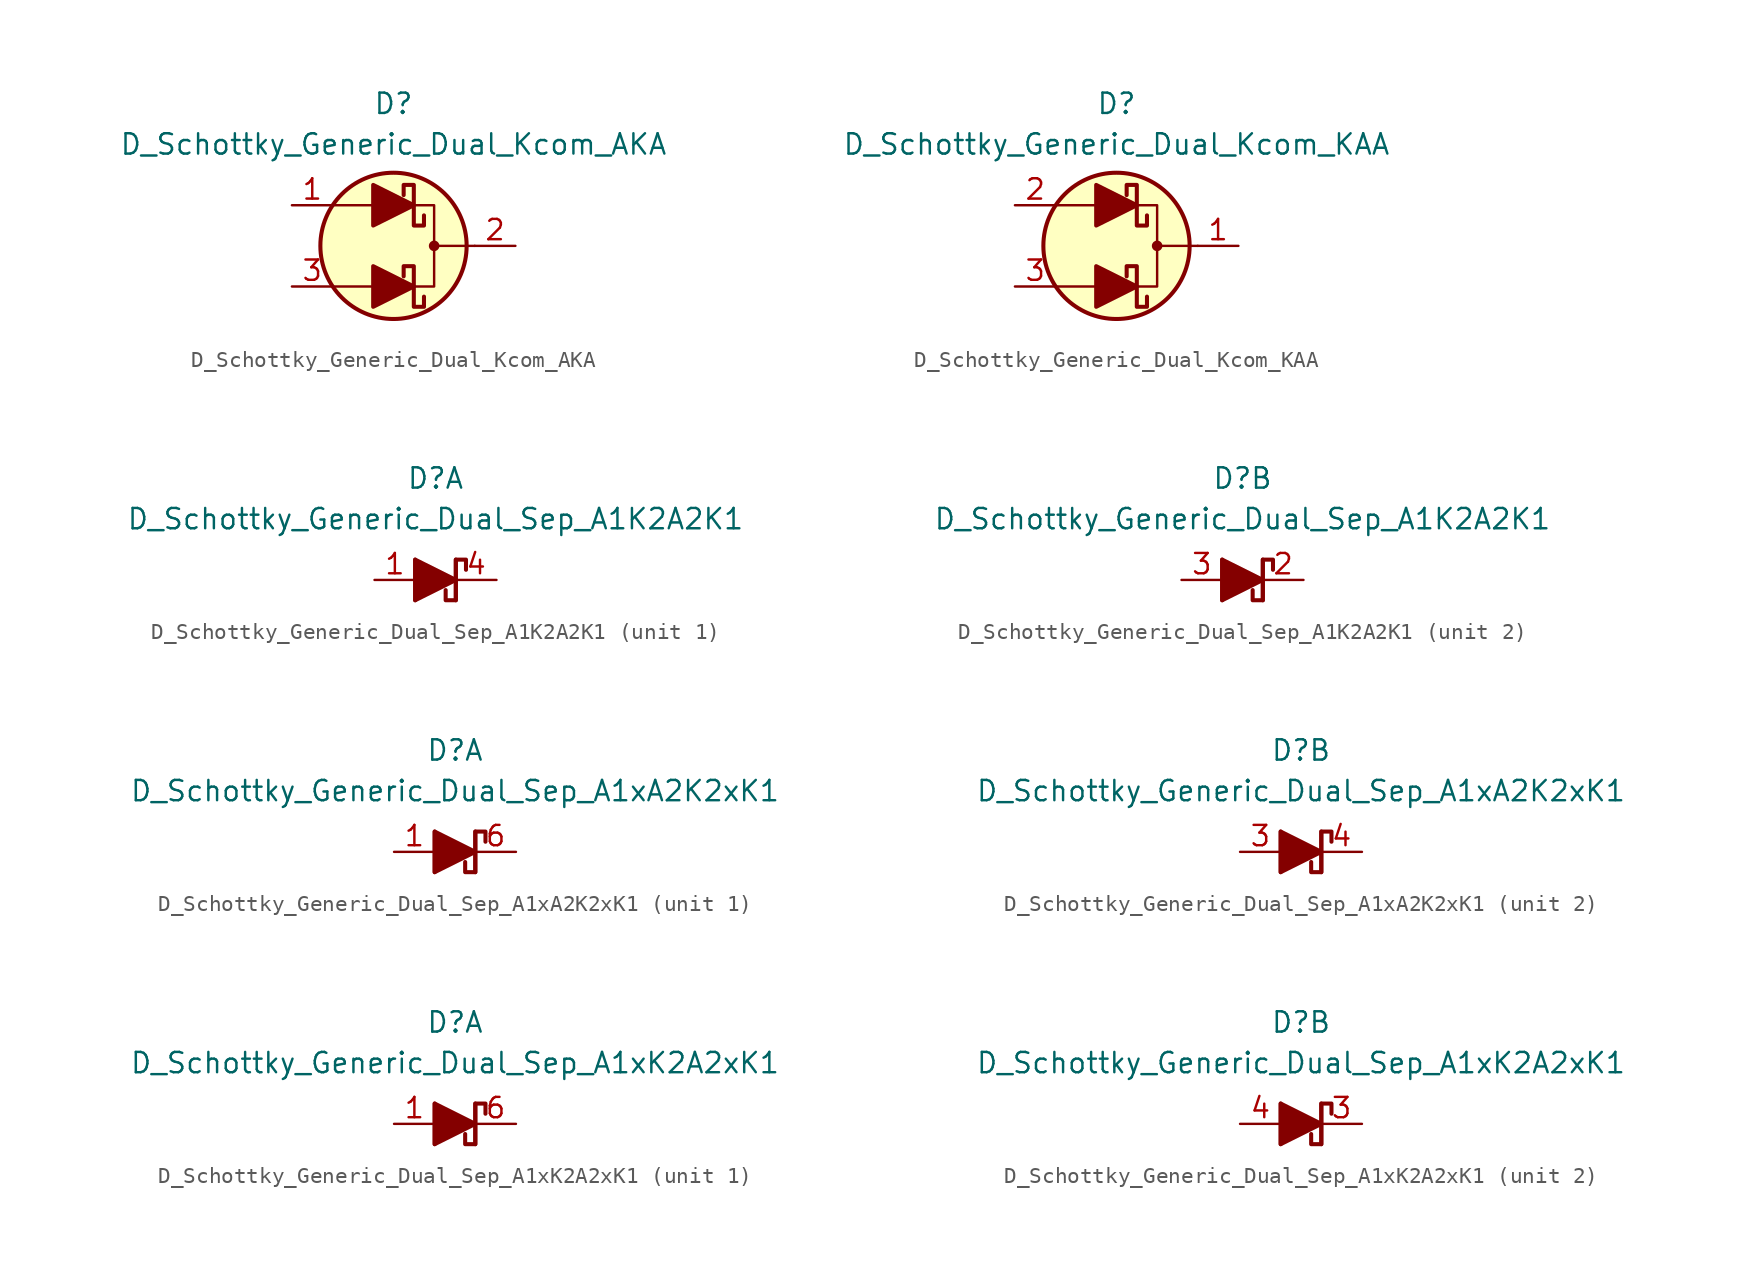
<source format=kicad_sym>
(kicad_symbol_lib
  (version 20201005)
  (generator kicad_symbol_editor)
  (symbol "Diode_Schottky_AKL:D_Schottky_Generic_Dual_Kcom_AKA"
    (pin_names
      (offset 1.016) hide)
    (property "Reference" "D"
      (at 0 8.89 0)
      (effects (font (size 1.27 1.27))))
    (property "Value" "D_Schottky_Generic_Dual_Kcom_AKA"
      (at 0 6.35 0)
      (effects (font (size 1.27 1.27))))
    (symbol "D_Schottky_Generic_Dual_Kcom_AKA_0_1"
      (circle (center 2.54 0) (radius 0.254) (stroke (width 0)) (fill (type outline)))
      (circle (center 0 0) (radius 4.572) (stroke (width 0.254)) (fill (type background)))
      (polyline (pts (xy -1.27 -2.54) (xy -3.81 -2.54)) (stroke (width 0)) (fill (type none)))
      (polyline (pts (xy -1.27 2.54) (xy -3.81 2.54)) (stroke (width 0)) (fill (type none)))
      (polyline (pts (xy 5.08 0) (xy 2.54 0)) (stroke (width 0)) (fill (type none)))
      (polyline (pts (xy 1.27 -2.54) (xy 2.54 -2.54) (xy 2.54 2.54) (xy 1.27 2.54)) (stroke (width 0)) (fill (type none))))
    (symbol "D_Schottky_Generic_Dual_Kcom_AKA_1_1"
      (polyline (pts (xy -1.27 -2.54) (xy 1.27 -2.54)) (stroke (width 0)) (fill (type none)))
      (polyline (pts (xy -1.27 2.54) (xy 1.27 2.54)) (stroke (width 0)) (fill (type none)))
      (polyline (pts (xy 1.905 -3.175) (xy 1.905 -3.81) (xy 1.27 -3.81) (xy 1.27 -1.27) (xy 0.635 -1.27) (xy 0.635 -1.905)) (stroke (width 0.254)) (fill (type none)))
      (polyline (pts (xy 1.905 1.905) (xy 1.905 1.27) (xy 1.27 1.27) (xy 1.27 3.81) (xy 0.635 3.81) (xy 0.635 3.175)) (stroke (width 0.254)) (fill (type none)))
      (polyline (pts (xy -1.27 -3.81) (xy -1.27 -1.27) (xy 1.27 -2.54) (xy -1.27 -3.81)) (stroke (width 0.254)) (fill (type outline)))
      (polyline (pts (xy -1.27 1.27) (xy -1.27 3.81) (xy 1.27 2.54) (xy -1.27 1.27)) (stroke (width 0.254)) (fill (type outline)))
      (pin passive line (at -6.35 2.54 0) (length 2.54) (name "A2" (effects (font (size 1.27 1.27)))) (number "1" (effects (font (size 1.27 1.27)))))
      (pin passive line (at 7.62 0 180) (length 2.54) (name "K" (effects (font (size 1.27 1.27)))) (number "2" (effects (font (size 1.27 1.27)))))
      (pin passive line (at -6.35 -2.54 0) (length 2.54) (name "A1" (effects (font (size 1.27 1.27)))) (number "3" (effects (font (size 1.27 1.27)))))))
  (symbol "Diode_Schottky_AKL:D_Schottky_Generic_Dual_Kcom_KAA"
    (pin_names
      (offset 1.016) hide)
    (property "Reference" "D"
      (at 0 8.89 0)
      (effects (font (size 1.27 1.27))))
    (property "Value" "D_Schottky_Generic_Dual_Kcom_KAA"
      (at 0 6.35 0)
      (effects (font (size 1.27 1.27))))
    (symbol "D_Schottky_Generic_Dual_Kcom_KAA_0_1"
      (circle (center 2.54 0) (radius 0.254) (stroke (width 0)) (fill (type outline)))
      (circle (center 0 0) (radius 4.572) (stroke (width 0.254)) (fill (type background)))
      (polyline (pts (xy -1.27 -2.54) (xy -3.81 -2.54)) (stroke (width 0)) (fill (type none)))
      (polyline (pts (xy -1.27 2.54) (xy -3.81 2.54)) (stroke (width 0)) (fill (type none)))
      (polyline (pts (xy 5.08 0) (xy 2.54 0)) (stroke (width 0)) (fill (type none)))
      (polyline (pts (xy 1.27 -2.54) (xy 2.54 -2.54) (xy 2.54 2.54) (xy 1.27 2.54)) (stroke (width 0)) (fill (type none))))
    (symbol "D_Schottky_Generic_Dual_Kcom_KAA_1_1"
      (polyline (pts (xy -1.27 -2.54) (xy 1.27 -2.54)) (stroke (width 0)) (fill (type none)))
      (polyline (pts (xy -1.27 2.54) (xy 1.27 2.54)) (stroke (width 0)) (fill (type none)))
      (polyline (pts (xy 1.905 -3.175) (xy 1.905 -3.81) (xy 1.27 -3.81) (xy 1.27 -1.27) (xy 0.635 -1.27) (xy 0.635 -1.905)) (stroke (width 0.254)) (fill (type none)))
      (polyline (pts (xy 1.905 1.905) (xy 1.905 1.27) (xy 1.27 1.27) (xy 1.27 3.81) (xy 0.635 3.81) (xy 0.635 3.175)) (stroke (width 0.254)) (fill (type none)))
      (polyline (pts (xy -1.27 -3.81) (xy -1.27 -1.27) (xy 1.27 -2.54) (xy -1.27 -3.81)) (stroke (width 0.254)) (fill (type outline)))
      (polyline (pts (xy -1.27 1.27) (xy -1.27 3.81) (xy 1.27 2.54) (xy -1.27 1.27)) (stroke (width 0.254)) (fill (type outline)))
      (pin passive line (at 7.62 0 180) (length 2.54) (name "K" (effects (font (size 1.27 1.27)))) (number "1" (effects (font (size 1.27 1.27)))))
      (pin passive line (at -6.35 2.54 0) (length 2.54) (name "A2" (effects (font (size 1.27 1.27)))) (number "2" (effects (font (size 1.27 1.27)))))
      (pin passive line (at -6.35 -2.54 0) (length 2.54) (name "A1" (effects (font (size 1.27 1.27)))) (number "3" (effects (font (size 1.27 1.27)))))))
  (symbol "Diode_Schottky_AKL:D_Schottky_Generic_Dual_Sep_A1K2A2K1"
    (pin_names
      (offset 1.016) hide)
    (property "Reference" "D"
      (at 0 6.35 0)
      (effects (font (size 1.27 1.27))))
    (property "Value" "D_Schottky_Generic_Dual_Sep_A1K2A2K1"
      (at 0 3.81 0)
      (effects (font (size 1.27 1.27))))
    (property "ki_locked" ""
      (at 0 0 0)
      (effects (font (size 1.27 1.27))))
    (symbol "D_Schottky_Generic_Dual_Sep_A1K2A2K1_0_1"
      (polyline (pts (xy -1.27 1.27) (xy -1.27 -1.27)) (stroke (width 0.254)) (fill (type none))))
    (symbol "D_Schottky_Generic_Dual_Sep_A1K2A2K1_1_1"
      (polyline (pts (xy -1.27 0) (xy 1.27 0)) (stroke (width 0)) (fill (type none)))
      (polyline (pts (xy 1.27 1.27) (xy 1.27 -1.27)) (stroke (width 0.254)) (fill (type none)))
      (polyline (pts (xy 1.905 0.635) (xy 1.905 1.27) (xy 1.27 1.27) (xy 1.27 -1.27) (xy 0.635 -1.27) (xy 0.635 -0.635)) (stroke (width 0.254)) (fill (type none)))
      (polyline (pts (xy -1.27 -1.27) (xy -1.27 1.27) (xy 1.27 0) (xy -1.27 -1.27)) (stroke (width 0.254)) (fill (type outline)))
      (pin passive line (at -3.81 0 0) (length 2.54) (name "A1" (effects (font (size 1.27 1.27)))) (number "1" (effects (font (size 1.27 1.27)))))
      (pin passive line (at 3.81 0 180) (length 2.54) (name "K1" (effects (font (size 1.27 1.27)))) (number "4" (effects (font (size 1.27 1.27))))))
    (symbol "D_Schottky_Generic_Dual_Sep_A1K2A2K1_2_1"
      (polyline (pts (xy -1.27 0) (xy 1.27 0)) (stroke (width 0)) (fill (type none)))
      (polyline (pts (xy 1.27 1.27) (xy 1.27 -1.27)) (stroke (width 0.254)) (fill (type none)))
      (polyline (pts (xy 1.905 0.635) (xy 1.905 1.27) (xy 1.27 1.27) (xy 1.27 -1.27) (xy 0.635 -1.27) (xy 0.635 -0.635)) (stroke (width 0.254)) (fill (type none)))
      (polyline (pts (xy -1.27 -1.27) (xy -1.27 1.27) (xy 1.27 0) (xy -1.27 -1.27)) (stroke (width 0.254)) (fill (type outline)))
      (pin passive line (at 3.81 0 180) (length 2.54) (name "K2" (effects (font (size 1.27 1.27)))) (number "2" (effects (font (size 1.27 1.27)))))
      (pin passive line (at -3.81 0 0) (length 2.54) (name "A2" (effects (font (size 1.27 1.27)))) (number "3" (effects (font (size 1.27 1.27)))))))
  (symbol "Diode_Schottky_AKL:D_Schottky_Generic_Dual_Sep_A1xA2K2xK1"
    (pin_names
      (offset 1.016) hide)
    (property "Reference" "D"
      (at 0 6.35 0)
      (effects (font (size 1.27 1.27))))
    (property "Value" "D_Schottky_Generic_Dual_Sep_A1xA2K2xK1"
      (at 0 3.81 0)
      (effects (font (size 1.27 1.27))))
    (property "ki_locked" ""
      (at 0 0 0)
      (effects (font (size 1.27 1.27))))
    (symbol "D_Schottky_Generic_Dual_Sep_A1xA2K2xK1_0_1"
      (polyline (pts (xy -1.27 1.27) (xy -1.27 -1.27)) (stroke (width 0.254)) (fill (type none))))
    (symbol "D_Schottky_Generic_Dual_Sep_A1xA2K2xK1_1_1"
      (polyline (pts (xy -1.27 0) (xy 1.27 0)) (stroke (width 0)) (fill (type none)))
      (polyline (pts (xy 1.27 1.27) (xy 1.27 -1.27)) (stroke (width 0.254)) (fill (type none)))
      (polyline (pts (xy 1.905 0.635) (xy 1.905 1.27) (xy 1.27 1.27) (xy 1.27 -1.27) (xy 0.635 -1.27) (xy 0.635 -0.635)) (stroke (width 0.254)) (fill (type none)))
      (polyline (pts (xy -1.27 -1.27) (xy -1.27 1.27) (xy 1.27 0) (xy -1.27 -1.27)) (stroke (width 0.254)) (fill (type outline)))
      (pin passive line (at -3.81 0 0) (length 2.54) (name "A1" (effects (font (size 1.27 1.27)))) (number "1" (effects (font (size 1.27 1.27)))))
      (pin passive line (at 3.81 0 180) (length 2.54) (name "K1" (effects (font (size 1.27 1.27)))) (number "6" (effects (font (size 1.27 1.27))))))
    (symbol "D_Schottky_Generic_Dual_Sep_A1xA2K2xK1_2_1"
      (polyline (pts (xy -1.27 0) (xy 1.27 0)) (stroke (width 0)) (fill (type none)))
      (polyline (pts (xy 1.27 1.27) (xy 1.27 -1.27)) (stroke (width 0.254)) (fill (type none)))
      (polyline (pts (xy 1.905 0.635) (xy 1.905 1.27) (xy 1.27 1.27) (xy 1.27 -1.27) (xy 0.635 -1.27) (xy 0.635 -0.635)) (stroke (width 0.254)) (fill (type none)))
      (polyline (pts (xy -1.27 -1.27) (xy -1.27 1.27) (xy 1.27 0) (xy -1.27 -1.27)) (stroke (width 0.254)) (fill (type outline)))
      (pin passive line (at -3.81 0 0) (length 2.54) (name "A2" (effects (font (size 1.27 1.27)))) (number "3" (effects (font (size 1.27 1.27)))))
      (pin passive line (at 3.81 0 180) (length 2.54) (name "K2" (effects (font (size 1.27 1.27)))) (number "4" (effects (font (size 1.27 1.27)))))))
  (symbol "Diode_Schottky_AKL:D_Schottky_Generic_Dual_Sep_A1xK2A2xK1"
    (pin_names
      (offset 1.016) hide)
    (property "Reference" "D"
      (at 0 6.35 0)
      (effects (font (size 1.27 1.27))))
    (property "Value" "D_Schottky_Generic_Dual_Sep_A1xK2A2xK1"
      (at 0 3.81 0)
      (effects (font (size 1.27 1.27))))
    (property "ki_locked" ""
      (at 0 0 0)
      (effects (font (size 1.27 1.27))))
    (symbol "D_Schottky_Generic_Dual_Sep_A1xK2A2xK1_0_1"
      (polyline (pts (xy -1.27 1.27) (xy -1.27 -1.27)) (stroke (width 0.254)) (fill (type none))))
    (symbol "D_Schottky_Generic_Dual_Sep_A1xK2A2xK1_1_1"
      (polyline (pts (xy -1.27 0) (xy 1.27 0)) (stroke (width 0)) (fill (type none)))
      (polyline (pts (xy 1.27 1.27) (xy 1.27 -1.27)) (stroke (width 0.254)) (fill (type none)))
      (polyline (pts (xy 1.905 0.635) (xy 1.905 1.27) (xy 1.27 1.27) (xy 1.27 -1.27) (xy 0.635 -1.27) (xy 0.635 -0.635)) (stroke (width 0.254)) (fill (type none)))
      (polyline (pts (xy -1.27 -1.27) (xy -1.27 1.27) (xy 1.27 0) (xy -1.27 -1.27)) (stroke (width 0.254)) (fill (type outline)))
      (pin passive line (at -3.81 0 0) (length 2.54) (name "A1" (effects (font (size 1.27 1.27)))) (number "1" (effects (font (size 1.27 1.27)))))
      (pin passive line (at 3.81 0 180) (length 2.54) (name "K1" (effects (font (size 1.27 1.27)))) (number "6" (effects (font (size 1.27 1.27))))))
    (symbol "D_Schottky_Generic_Dual_Sep_A1xK2A2xK1_2_1"
      (polyline (pts (xy -1.27 0) (xy 1.27 0)) (stroke (width 0)) (fill (type none)))
      (polyline (pts (xy 1.27 1.27) (xy 1.27 -1.27)) (stroke (width 0.254)) (fill (type none)))
      (polyline (pts (xy 1.905 0.635) (xy 1.905 1.27) (xy 1.27 1.27) (xy 1.27 -1.27) (xy 0.635 -1.27) (xy 0.635 -0.635)) (stroke (width 0.254)) (fill (type none)))
      (polyline (pts (xy -1.27 -1.27) (xy -1.27 1.27) (xy 1.27 0) (xy -1.27 -1.27)) (stroke (width 0.254)) (fill (type outline)))
      (pin passive line (at 3.81 0 180) (length 2.54) (name "K2" (effects (font (size 1.27 1.27)))) (number "3" (effects (font (size 1.27 1.27)))))
      (pin passive line (at -3.81 0 0) (length 2.54) (name "A2" (effects (font (size 1.27 1.27)))) (number "4" (effects (font (size 1.27 1.27))))))))
</source>
